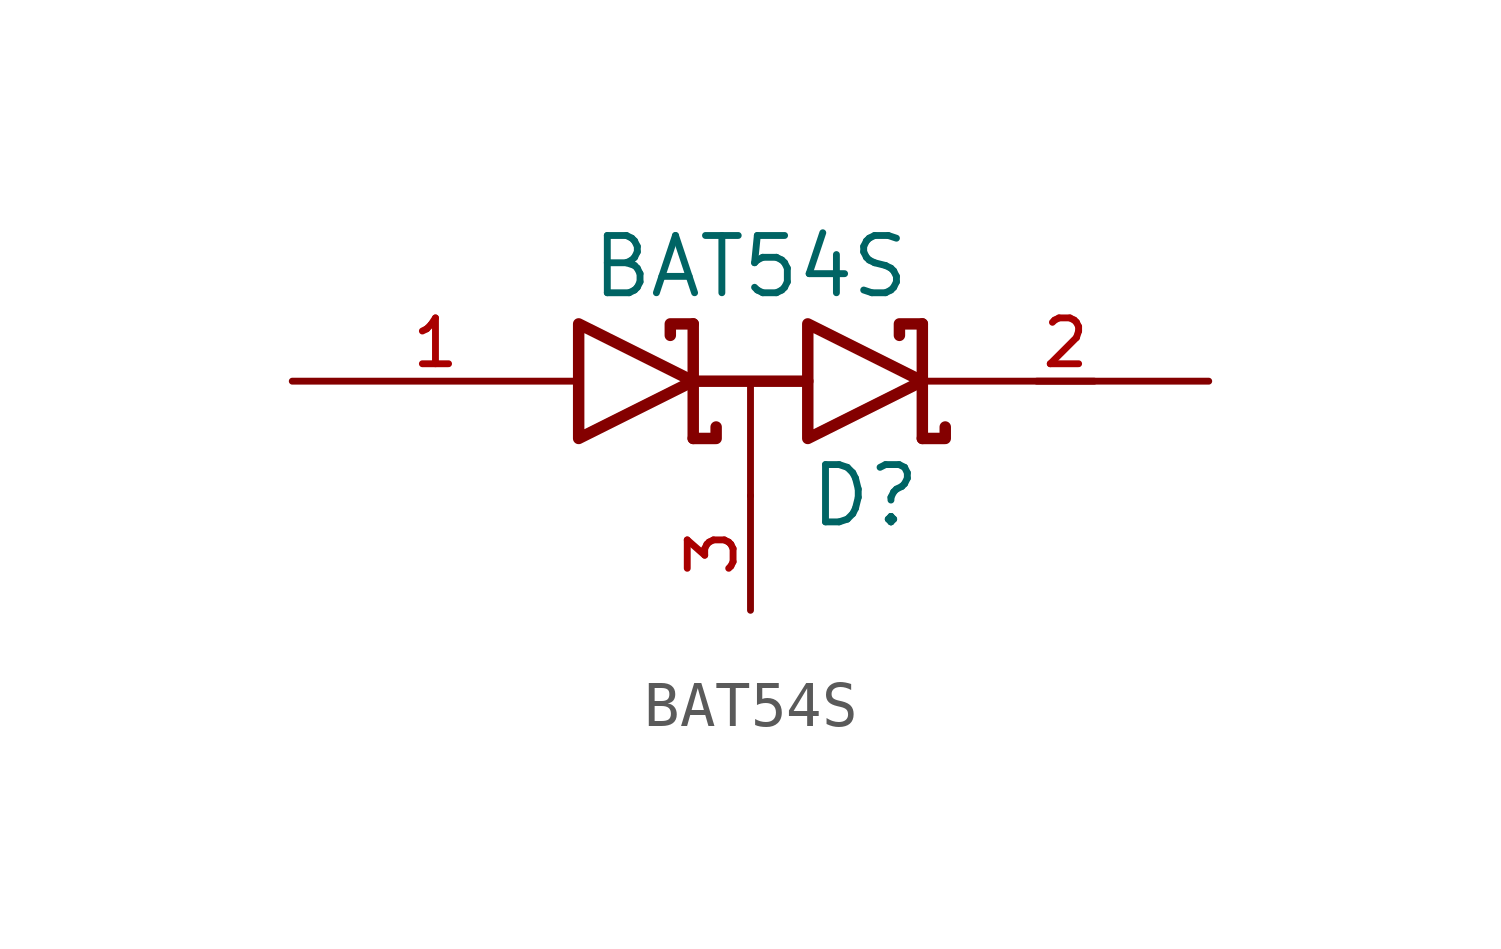
<source format=kicad_sym>
(kicad_symbol_lib
  (version 20211014)
  (generator kicad_symbol_editor)
  (symbol "BAT54S"
    (pin_names
      (offset 0.762) hide)
    (property "Reference" "D"
      (at 2.54 -2.54 0)
      (effects (font (size 1.27 1.27))))
    (property "Value" "BAT54S"
      (at 0 2.54 0)
      (effects (font (size 1.27 1.27))))
    (property "Datasheet" ""
      (at 0 0 0)
      (effects (font (size 1.524 1.524))))
    (symbol "BAT54S_0_1"
      (polyline (pts (xy 0 0) (xy 0 -2.54)) (stroke (width 0) (type default) (color 0 0 0 0)) (fill (type none)))
      (polyline (pts (xy 6.35 0) (xy 7.62 0)) (stroke (width 0) (type default) (color 0 0 0 0)) (fill (type none)))
      (polyline (pts (xy -1.27 -1.27) (xy -1.27 1.27) (xy -1.27 1.27)) (stroke (width 0.254) (type default) (color 0 0 0 0)) (fill (type none)))
      (polyline (pts (xy -1.27 0) (xy 1.27 0) (xy 1.27 0)) (stroke (width 0.254) (type default) (color 0 0 0 0)) (fill (type none)))
      (polyline (pts (xy 3.81 1.27) (xy 3.81 -1.27) (xy 3.81 -1.27)) (stroke (width 0.254) (type default) (color 0 0 0 0)) (fill (type none)))
      (polyline (pts (xy -1.27 -1.27) (xy -0.762 -1.27) (xy -0.762 -1.016) (xy -0.762 -1.016)) (stroke (width 0.254) (type default) (color 0 0 0 0)) (fill (type none)))
      (polyline (pts (xy 3.81 -1.27) (xy 4.318 -1.27) (xy 4.318 -1.016) (xy 4.318 -1.016)) (stroke (width 0.254) (type default) (color 0 0 0 0)) (fill (type none)))
      (polyline (pts (xy 3.81 1.27) (xy 3.302 1.27) (xy 3.302 1.016) (xy 3.302 1.016)) (stroke (width 0.254) (type default) (color 0 0 0 0)) (fill (type none)))
      (polyline (pts (xy -1.778 1.016) (xy -1.778 1.27) (xy -1.27 1.27) (xy -1.27 1.27) (xy -1.27 1.27)) (stroke (width 0.254) (type default) (color 0 0 0 0)) (fill (type none)))
      (polyline (pts (xy -3.81 1.27) (xy -1.27 0) (xy -3.81 -1.27) (xy -3.81 1.27) (xy -3.81 1.27) (xy -3.81 1.27)) (stroke (width 0.254) (type default) (color 0 0 0 0)) (fill (type none)))
      (polyline (pts (xy 1.27 1.27) (xy 3.81 0) (xy 1.27 -1.27) (xy 1.27 1.27) (xy 1.27 1.27) (xy 1.27 1.27)) (stroke (width 0.254) (type default) (color 0 0 0 0)) (fill (type none)))
      (pin passive line (at -10.16 0 0) (length 6.35) (name "Anode" (effects (font (size 1.016 1.016)))) (number "1" (effects (font (size 1.016 1.016)))))
      (pin passive line (at 10.16 0 180) (length 6.35) (name "cathode" (effects (font (size 1.016 1.016)))) (number "2" (effects (font (size 1.016 1.016)))))
      (pin passive line (at 0 -5.08 90) (length 2.54) (name "AK" (effects (font (size 1.016 1.016)))) (number "3" (effects (font (size 1.016 1.016))))))))
</source>
